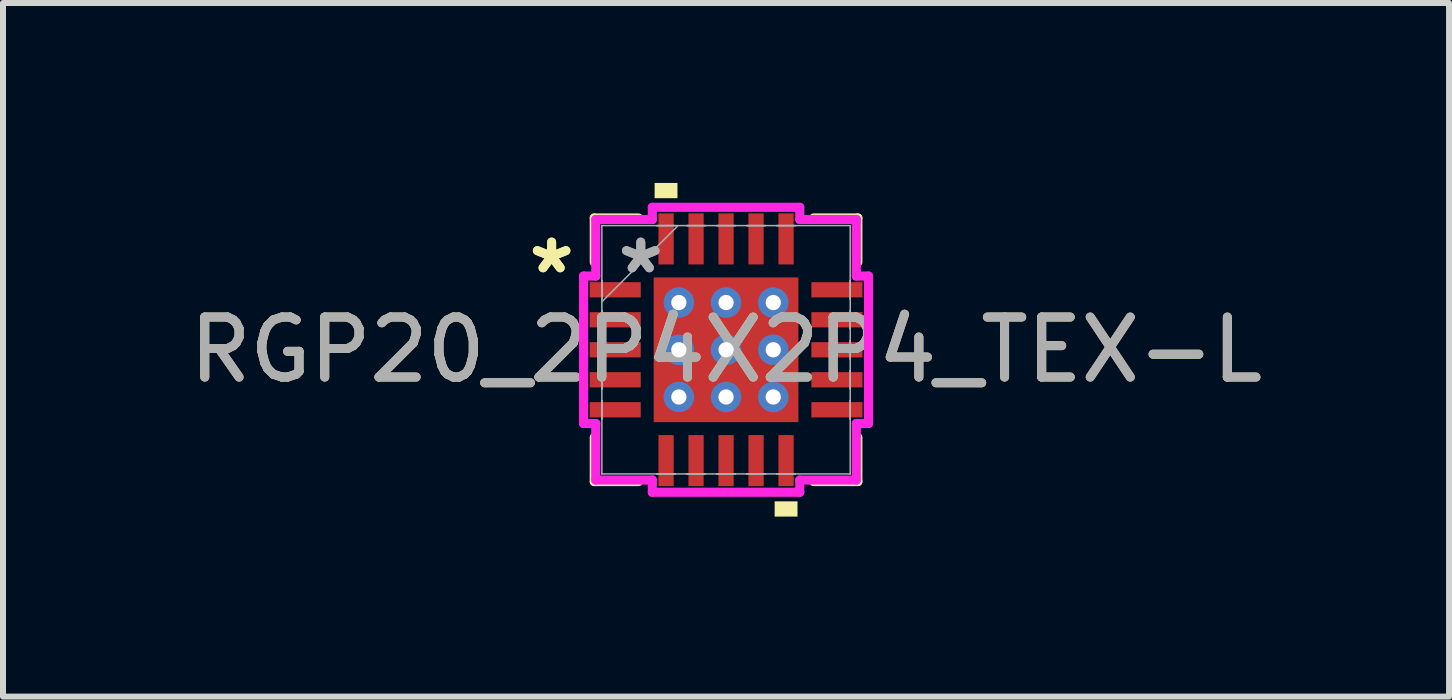
<source format=kicad_pcb>
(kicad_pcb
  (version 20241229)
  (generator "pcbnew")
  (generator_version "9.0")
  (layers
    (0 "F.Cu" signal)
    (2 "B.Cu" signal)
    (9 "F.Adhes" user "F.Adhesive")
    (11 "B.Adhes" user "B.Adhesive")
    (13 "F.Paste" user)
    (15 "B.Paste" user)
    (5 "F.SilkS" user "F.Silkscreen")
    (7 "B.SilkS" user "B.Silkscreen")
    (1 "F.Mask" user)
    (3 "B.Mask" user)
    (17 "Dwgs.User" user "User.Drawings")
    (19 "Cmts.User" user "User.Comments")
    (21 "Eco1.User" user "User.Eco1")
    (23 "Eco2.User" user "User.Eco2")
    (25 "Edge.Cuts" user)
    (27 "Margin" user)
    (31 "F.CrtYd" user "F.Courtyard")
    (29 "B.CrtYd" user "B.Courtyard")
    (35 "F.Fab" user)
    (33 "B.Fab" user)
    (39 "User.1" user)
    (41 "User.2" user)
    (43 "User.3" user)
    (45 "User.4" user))
  (footprint "RGP20_2P4X2P4_TEX-L"
    (layer "F.Cu")
    (at 9.054 2.781)
    (property "Reference" "RGP20_2P4X2P4_TEX-L" (at 0 0 0) (unlocked yes) (layer "F.SilkS") (effects (font (size 1 1) (thickness 0.15))))
    (attr smd)
    (fp_poly (pts (xy -1.27 -1.27) (xy -0.987 -1.27) (xy -0.987 1.27) (xy -1.27 1.27)) (stroke (width 0) (type solid)) (fill yes) (layer "F.Mask"))
    (fp_poly (pts (xy -1.27 -1.27) (xy 1.27 -1.27) (xy 1.27 -0.987) (xy -1.27 -0.987)) (stroke (width 0) (type solid)) (fill yes) (layer "F.Mask"))
    (fp_poly (pts (xy -1.27 -0.587) (xy 1.27 -0.587) (xy 1.27 -0.2) (xy -1.27 -0.2)) (stroke (width 0) (type solid)) (fill yes) (layer "F.Mask"))
    (fp_poly (pts (xy -1.27 0.2) (xy 1.27 0.2) (xy 1.27 0.587) (xy -1.27 0.587)) (stroke (width 0) (type solid)) (fill yes) (layer "F.Mask"))
    (fp_poly (pts (xy -1.27 0.987) (xy 1.27 0.987) (xy 1.27 1.27) (xy -1.27 1.27)) (stroke (width 0) (type solid)) (fill yes) (layer "F.Mask"))
    (fp_poly (pts (xy -0.2 -1.27) (xy -0.587 -1.27) (xy -0.587 1.27) (xy -0.2 1.27)) (stroke (width 0) (type solid)) (fill yes) (layer "F.Mask"))
    (fp_poly (pts (xy 0.587 -1.27) (xy 0.2 -1.27) (xy 0.2 1.27) (xy 0.587 1.27)) (stroke (width 0) (type solid)) (fill yes) (layer "F.Mask"))
    (fp_poly (pts (xy 0.987 -1.27) (xy 1.27 -1.27) (xy 1.27 1.27) (xy 0.987 1.27)) (stroke (width 0) (type solid)) (fill yes) (layer "F.Mask"))
    (fp_line (start -2.197 -2.197) (end -2.197 -1.46) (stroke (width 0.152) (type solid)) (layer "F.SilkS"))
    (fp_line (start -2.197 1.46) (end -2.197 2.197) (stroke (width 0.152) (type solid)) (layer "F.SilkS"))
    (fp_line (start -2.197 2.197) (end -1.46 2.197) (stroke (width 0.152) (type solid)) (layer "F.SilkS"))
    (fp_line (start -1.46 -2.197) (end -2.197 -2.197) (stroke (width 0.152) (type solid)) (layer "F.SilkS"))
    (fp_line (start 1.46 2.197) (end 2.197 2.197) (stroke (width 0.152) (type solid)) (layer "F.SilkS"))
    (fp_line (start 2.197 -2.197) (end 1.46 -2.197) (stroke (width 0.152) (type solid)) (layer "F.SilkS"))
    (fp_line (start 2.197 -1.46) (end 2.197 -2.197) (stroke (width 0.152) (type solid)) (layer "F.SilkS"))
    (fp_line (start 2.197 2.197) (end 2.197 1.46) (stroke (width 0.152) (type solid)) (layer "F.SilkS"))
    (fp_poly (pts (xy -1.191 -2.527) (xy -1.191 -2.781) (xy -0.81 -2.781) (xy -0.81 -2.527)) (stroke (width 0) (type solid)) (fill yes) (layer "F.SilkS"))
    (fp_poly (pts (xy 0.81 2.527) (xy 0.81 2.781) (xy 1.191 2.781) (xy 1.191 2.527)) (stroke (width 0) (type solid)) (fill yes) (layer "F.SilkS"))
    (fp_poly (pts (xy -1.132 -1.132) (xy -1.132 -0.887) (xy -1.029 -0.887) (xy -0.887 -1.029) (xy -0.887 -1.132)) (stroke (width 0) (type solid)) (fill yes) (layer "F.Paste"))
    (fp_poly (pts (xy -1.132 0.887) (xy -1.132 1.132) (xy -0.887 1.132) (xy -0.887 1.029) (xy -1.029 0.887)) (stroke (width 0) (type solid)) (fill yes) (layer "F.Paste"))
    (fp_poly (pts (xy 0.887 -1.132) (xy 0.887 -1.029) (xy 1.029 -0.887) (xy 1.132 -0.887) (xy 1.132 -1.132)) (stroke (width 0) (type solid)) (fill yes) (layer "F.Paste"))
    (fp_poly (pts (xy 1.029 0.887) (xy 0.887 1.029) (xy 0.887 1.132) (xy 1.132 1.132) (xy 1.132 0.887)) (stroke (width 0) (type solid)) (fill yes) (layer "F.Paste"))
    (fp_poly (pts (xy -1.132 -0.687) (xy -1.132 -0.1) (xy -1.029 -0.1) (xy -0.887 -0.241) (xy -0.887 -0.546) (xy -1.029 -0.687)) (stroke (width 0) (type solid)) (fill yes) (layer "F.Paste"))
    (fp_poly (pts (xy -1.132 0.1) (xy -1.132 0.687) (xy -1.029 0.687) (xy -0.887 0.546) (xy -0.887 0.241) (xy -1.029 0.1)) (stroke (width 0) (type solid)) (fill yes) (layer "F.Paste"))
    (fp_poly (pts (xy -0.687 -1.132) (xy -0.687 -1.029) (xy -0.546 -0.887) (xy -0.241 -0.887) (xy -0.1 -1.029) (xy -0.1 -1.132)) (stroke (width 0) (type solid)) (fill yes) (layer "F.Paste"))
    (fp_poly (pts (xy -0.546 0.887) (xy -0.687 1.029) (xy -0.687 1.132) (xy -0.1 1.132) (xy -0.1 1.029) (xy -0.241 0.887)) (stroke (width 0) (type solid)) (fill yes) (layer "F.Paste"))
    (fp_poly (pts (xy 0.1 -1.132) (xy 0.1 -1.029) (xy 0.241 -0.887) (xy 0.546 -0.887) (xy 0.687 -1.029) (xy 0.687 -1.132)) (stroke (width 0) (type solid)) (fill yes) (layer "F.Paste"))
    (fp_poly (pts (xy 0.241 0.887) (xy 0.1 1.029) (xy 0.1 1.132) (xy 0.687 1.132) (xy 0.687 1.029) (xy 0.546 0.887)) (stroke (width 0) (type solid)) (fill yes) (layer "F.Paste"))
    (fp_poly (pts (xy 1.029 -0.687) (xy 0.887 -0.546) (xy 0.887 -0.241) (xy 1.029 -0.1) (xy 1.132 -0.1) (xy 1.132 -0.687)) (stroke (width 0) (type solid)) (fill yes) (layer "F.Paste"))
    (fp_poly (pts (xy 1.029 0.1) (xy 0.887 0.241) (xy 0.887 0.546) (xy 1.029 0.687) (xy 1.132 0.687) (xy 1.132 0.1)) (stroke (width 0) (type solid)) (fill yes) (layer "F.Paste"))
    (fp_poly (pts (xy -0.546 -0.687) (xy -0.687 -0.546) (xy -0.687 -0.241) (xy -0.546 -0.1) (xy -0.241 -0.1) (xy -0.1 -0.241) (xy -0.1 -0.546) (xy -0.241 -0.687)) (stroke (width 0) (type solid)) (fill yes) (layer "F.Paste"))
    (fp_poly (pts (xy -0.546 0.1) (xy -0.687 0.241) (xy -0.687 0.546) (xy -0.546 0.687) (xy -0.241 0.687) (xy -0.1 0.546) (xy -0.1 0.241) (xy -0.241 0.1)) (stroke (width 0) (type solid)) (fill yes) (layer "F.Paste"))
    (fp_poly (pts (xy 0.241 -0.687) (xy 0.1 -0.546) (xy 0.1 -0.241) (xy 0.241 -0.1) (xy 0.546 -0.1) (xy 0.687 -0.241) (xy 0.687 -0.546) (xy 0.546 -0.687)) (stroke (width 0) (type solid)) (fill yes) (layer "F.Paste"))
    (fp_poly (pts (xy 0.241 0.1) (xy 0.1 0.241) (xy 0.1 0.546) (xy 0.241 0.687) (xy 0.546 0.687) (xy 0.687 0.546) (xy 0.687 0.241) (xy 0.546 0.1)) (stroke (width 0) (type solid)) (fill yes) (layer "F.Paste"))
    (fp_line (start -2.375 -1.229) (end -2.172 -1.229) (stroke (width 0.152) (type solid)) (layer "F.CrtYd"))
    (fp_line (start -2.375 1.229) (end -2.375 -1.229) (stroke (width 0.152) (type solid)) (layer "F.CrtYd"))
    (fp_line (start -2.172 -2.172) (end -1.229 -2.172) (stroke (width 0.152) (type solid)) (layer "F.CrtYd"))
    (fp_line (start -2.172 -1.229) (end -2.172 -2.172) (stroke (width 0.152) (type solid)) (layer "F.CrtYd"))
    (fp_line (start -2.172 1.229) (end -2.375 1.229) (stroke (width 0.152) (type solid)) (layer "F.CrtYd"))
    (fp_line (start -2.172 2.172) (end -2.172 1.229) (stroke (width 0.152) (type solid)) (layer "F.CrtYd"))
    (fp_line (start -1.229 -2.375) (end 1.229 -2.375) (stroke (width 0.152) (type solid)) (layer "F.CrtYd"))
    (fp_line (start -1.229 -2.172) (end -1.229 -2.375) (stroke (width 0.152) (type solid)) (layer "F.CrtYd"))
    (fp_line (start -1.229 2.172) (end -2.172 2.172) (stroke (width 0.152) (type solid)) (layer "F.CrtYd"))
    (fp_line (start -1.229 2.375) (end -1.229 2.172) (stroke (width 0.152) (type solid)) (layer "F.CrtYd"))
    (fp_line (start 1.229 -2.375) (end 1.229 -2.172) (stroke (width 0.152) (type solid)) (layer "F.CrtYd"))
    (fp_line (start 1.229 -2.172) (end 2.172 -2.172) (stroke (width 0.152) (type solid)) (layer "F.CrtYd"))
    (fp_line (start 1.229 2.172) (end 1.229 2.375) (stroke (width 0.152) (type solid)) (layer "F.CrtYd"))
    (fp_line (start 1.229 2.375) (end -1.229 2.375) (stroke (width 0.152) (type solid)) (layer "F.CrtYd"))
    (fp_line (start 2.172 -2.172) (end 2.172 -1.229) (stroke (width 0.152) (type solid)) (layer "F.CrtYd"))
    (fp_line (start 2.172 -1.229) (end 2.375 -1.229) (stroke (width 0.152) (type solid)) (layer "F.CrtYd"))
    (fp_line (start 2.172 1.229) (end 2.172 2.172) (stroke (width 0.152) (type solid)) (layer "F.CrtYd"))
    (fp_line (start 2.172 2.172) (end 1.229 2.172) (stroke (width 0.152) (type solid)) (layer "F.CrtYd"))
    (fp_line (start 2.375 -1.229) (end 2.375 1.229) (stroke (width 0.152) (type solid)) (layer "F.CrtYd"))
    (fp_line (start 2.375 1.229) (end 2.172 1.229) (stroke (width 0.152) (type solid)) (layer "F.CrtYd"))
    (fp_line (start -2.07 -2.07) (end -2.07 -2.07) (stroke (width 0.025) (type solid)) (layer "F.Fab"))
    (fp_line (start -2.07 -2.07) (end -2.07 2.07) (stroke (width 0.025) (type solid)) (layer "F.Fab"))
    (fp_line (start -2.07 -1.152) (end -2.07 -1.152) (stroke (width 0.025) (type solid)) (layer "F.Fab"))
    (fp_line (start -2.07 -1.152) (end -2.07 -0.848) (stroke (width 0.025) (type solid)) (layer "F.Fab"))
    (fp_line (start -2.07 -0.848) (end -2.07 -1.152) (stroke (width 0.025) (type solid)) (layer "F.Fab"))
    (fp_line (start -2.07 -0.848) (end -2.07 -0.848) (stroke (width 0.025) (type solid)) (layer "F.Fab"))
    (fp_line (start -2.07 -0.8) (end -0.8 -2.07) (stroke (width 0.025) (type solid)) (layer "F.Fab"))
    (fp_line (start -2.07 -0.652) (end -2.07 -0.652) (stroke (width 0.025) (type solid)) (layer "F.Fab"))
    (fp_line (start -2.07 -0.652) (end -2.07 -0.348) (stroke (width 0.025) (type solid)) (layer "F.Fab"))
    (fp_line (start -2.07 -0.348) (end -2.07 -0.652) (stroke (width 0.025) (type solid)) (layer "F.Fab"))
    (fp_line (start -2.07 -0.348) (end -2.07 -0.348) (stroke (width 0.025) (type solid)) (layer "F.Fab"))
    (fp_line (start -2.07 -0.152) (end -2.07 -0.152) (stroke (width 0.025) (type solid)) (layer "F.Fab"))
    (fp_line (start -2.07 -0.152) (end -2.07 0.152) (stroke (width 0.025) (type solid)) (layer "F.Fab"))
    (fp_line (start -2.07 0.152) (end -2.07 -0.152) (stroke (width 0.025) (type solid)) (layer "F.Fab"))
    (fp_line (start -2.07 0.152) (end -2.07 0.152) (stroke (width 0.025) (type solid)) (layer "F.Fab"))
    (fp_line (start -2.07 0.348) (end -2.07 0.348) (stroke (width 0.025) (type solid)) (layer "F.Fab"))
    (fp_line (start -2.07 0.348) (end -2.07 0.652) (stroke (width 0.025) (type solid)) (layer "F.Fab"))
    (fp_line (start -2.07 0.652) (end -2.07 0.348) (stroke (width 0.025) (type solid)) (layer "F.Fab"))
    (fp_line (start -2.07 0.652) (end -2.07 0.652) (stroke (width 0.025) (type solid)) (layer "F.Fab"))
    (fp_line (start -2.07 0.848) (end -2.07 0.848) (stroke (width 0.025) (type solid)) (layer "F.Fab"))
    (fp_line (start -2.07 0.848) (end -2.07 1.152) (stroke (width 0.025) (type solid)) (layer "F.Fab"))
    (fp_line (start -2.07 1.152) (end -2.07 0.848) (stroke (width 0.025) (type solid)) (layer "F.Fab"))
    (fp_line (start -2.07 1.152) (end -2.07 1.152) (stroke (width 0.025) (type solid)) (layer "F.Fab"))
    (fp_line (start -2.07 2.07) (end -2.07 2.07) (stroke (width 0.025) (type solid)) (layer "F.Fab"))
    (fp_line (start -2.07 2.07) (end 2.07 2.07) (stroke (width 0.025) (type solid)) (layer "F.Fab"))
    (fp_line (start -1.152 -2.07) (end -1.152 -2.07) (stroke (width 0.025) (type solid)) (layer "F.Fab"))
    (fp_line (start -1.152 -2.07) (end -0.848 -2.07) (stroke (width 0.025) (type solid)) (layer "F.Fab"))
    (fp_line (start -1.152 2.07) (end -1.152 2.07) (stroke (width 0.025) (type solid)) (layer "F.Fab"))
    (fp_line (start -1.152 2.07) (end -0.848 2.07) (stroke (width 0.025) (type solid)) (layer "F.Fab"))
    (fp_line (start -0.848 -2.07) (end -1.152 -2.07) (stroke (width 0.025) (type solid)) (layer "F.Fab"))
    (fp_line (start -0.848 -2.07) (end -0.848 -2.07) (stroke (width 0.025) (type solid)) (layer "F.Fab"))
    (fp_line (start -0.848 2.07) (end -1.152 2.07) (stroke (width 0.025) (type solid)) (layer "F.Fab"))
    (fp_line (start -0.848 2.07) (end -0.848 2.07) (stroke (width 0.025) (type solid)) (layer "F.Fab"))
    (fp_line (start -0.652 -2.07) (end -0.652 -2.07) (stroke (width 0.025) (type solid)) (layer "F.Fab"))
    (fp_line (start -0.652 -2.07) (end -0.348 -2.07) (stroke (width 0.025) (type solid)) (layer "F.Fab"))
    (fp_line (start -0.652 2.07) (end -0.652 2.07) (stroke (width 0.025) (type solid)) (layer "F.Fab"))
    (fp_line (start -0.652 2.07) (end -0.348 2.07) (stroke (width 0.025) (type solid)) (layer "F.Fab"))
    (fp_line (start -0.348 -2.07) (end -0.652 -2.07) (stroke (width 0.025) (type solid)) (layer "F.Fab"))
    (fp_line (start -0.348 -2.07) (end -0.348 -2.07) (stroke (width 0.025) (type solid)) (layer "F.Fab"))
    (fp_line (start -0.348 2.07) (end -0.652 2.07) (stroke (width 0.025) (type solid)) (layer "F.Fab"))
    (fp_line (start -0.348 2.07) (end -0.348 2.07) (stroke (width 0.025) (type solid)) (layer "F.Fab"))
    (fp_line (start -0.152 -2.07) (end -0.152 -2.07) (stroke (width 0.025) (type solid)) (layer "F.Fab"))
    (fp_line (start -0.152 -2.07) (end 0.152 -2.07) (stroke (width 0.025) (type solid)) (layer "F.Fab"))
    (fp_line (start -0.152 2.07) (end -0.152 2.07) (stroke (width 0.025) (type solid)) (layer "F.Fab"))
    (fp_line (start -0.152 2.07) (end 0.152 2.07) (stroke (width 0.025) (type solid)) (layer "F.Fab"))
    (fp_line (start 0.152 -2.07) (end -0.152 -2.07) (stroke (width 0.025) (type solid)) (layer "F.Fab"))
    (fp_line (start 0.152 -2.07) (end 0.152 -2.07) (stroke (width 0.025) (type solid)) (layer "F.Fab"))
    (fp_line (start 0.152 2.07) (end -0.152 2.07) (stroke (width 0.025) (type solid)) (layer "F.Fab"))
    (fp_line (start 0.152 2.07) (end 0.152 2.07) (stroke (width 0.025) (type solid)) (layer "F.Fab"))
    (fp_line (start 0.348 -2.07) (end 0.348 -2.07) (stroke (width 0.025) (type solid)) (layer "F.Fab"))
    (fp_line (start 0.348 -2.07) (end 0.652 -2.07) (stroke (width 0.025) (type solid)) (layer "F.Fab"))
    (fp_line (start 0.348 2.07) (end 0.348 2.07) (stroke (width 0.025) (type solid)) (layer "F.Fab"))
    (fp_line (start 0.348 2.07) (end 0.652 2.07) (stroke (width 0.025) (type solid)) (layer "F.Fab"))
    (fp_line (start 0.652 -2.07) (end 0.348 -2.07) (stroke (width 0.025) (type solid)) (layer "F.Fab"))
    (fp_line (start 0.652 -2.07) (end 0.652 -2.07) (stroke (width 0.025) (type solid)) (layer "F.Fab"))
    (fp_line (start 0.652 2.07) (end 0.348 2.07) (stroke (width 0.025) (type solid)) (layer "F.Fab"))
    (fp_line (start 0.652 2.07) (end 0.652 2.07) (stroke (width 0.025) (type solid)) (layer "F.Fab"))
    (fp_line (start 0.848 -2.07) (end 0.848 -2.07) (stroke (width 0.025) (type solid)) (layer "F.Fab"))
    (fp_line (start 0.848 -2.07) (end 1.152 -2.07) (stroke (width 0.025) (type solid)) (layer "F.Fab"))
    (fp_line (start 0.848 2.07) (end 0.848 2.07) (stroke (width 0.025) (type solid)) (layer "F.Fab"))
    (fp_line (start 0.848 2.07) (end 1.152 2.07) (stroke (width 0.025) (type solid)) (layer "F.Fab"))
    (fp_line (start 1.152 -2.07) (end 0.848 -2.07) (stroke (width 0.025) (type solid)) (layer "F.Fab"))
    (fp_line (start 1.152 -2.07) (end 1.152 -2.07) (stroke (width 0.025) (type solid)) (layer "F.Fab"))
    (fp_line (start 1.152 2.07) (end 0.848 2.07) (stroke (width 0.025) (type solid)) (layer "F.Fab"))
    (fp_line (start 1.152 2.07) (end 1.152 2.07) (stroke (width 0.025) (type solid)) (layer "F.Fab"))
    (fp_line (start 2.07 -2.07) (end -2.07 -2.07) (stroke (width 0.025) (type solid)) (layer "F.Fab"))
    (fp_line (start 2.07 -2.07) (end 2.07 -2.07) (stroke (width 0.025) (type solid)) (layer "F.Fab"))
    (fp_line (start 2.07 -1.152) (end 2.07 -1.152) (stroke (width 0.025) (type solid)) (layer "F.Fab"))
    (fp_line (start 2.07 -1.152) (end 2.07 -0.848) (stroke (width 0.025) (type solid)) (layer "F.Fab"))
    (fp_line (start 2.07 -0.848) (end 2.07 -1.152) (stroke (width 0.025) (type solid)) (layer "F.Fab"))
    (fp_line (start 2.07 -0.848) (end 2.07 -0.848) (stroke (width 0.025) (type solid)) (layer "F.Fab"))
    (fp_line (start 2.07 -0.652) (end 2.07 -0.652) (stroke (width 0.025) (type solid)) (layer "F.Fab"))
    (fp_line (start 2.07 -0.652) (end 2.07 -0.348) (stroke (width 0.025) (type solid)) (layer "F.Fab"))
    (fp_line (start 2.07 -0.348) (end 2.07 -0.652) (stroke (width 0.025) (type solid)) (layer "F.Fab"))
    (fp_line (start 2.07 -0.348) (end 2.07 -0.348) (stroke (width 0.025) (type solid)) (layer "F.Fab"))
    (fp_line (start 2.07 -0.152) (end 2.07 -0.152) (stroke (width 0.025) (type solid)) (layer "F.Fab"))
    (fp_line (start 2.07 -0.152) (end 2.07 0.152) (stroke (width 0.025) (type solid)) (layer "F.Fab"))
    (fp_line (start 2.07 0.152) (end 2.07 -0.152) (stroke (width 0.025) (type solid)) (layer "F.Fab"))
    (fp_line (start 2.07 0.152) (end 2.07 0.152) (stroke (width 0.025) (type solid)) (layer "F.Fab"))
    (fp_line (start 2.07 0.348) (end 2.07 0.348) (stroke (width 0.025) (type solid)) (layer "F.Fab"))
    (fp_line (start 2.07 0.348) (end 2.07 0.652) (stroke (width 0.025) (type solid)) (layer "F.Fab"))
    (fp_line (start 2.07 0.652) (end 2.07 0.348) (stroke (width 0.025) (type solid)) (layer "F.Fab"))
    (fp_line (start 2.07 0.652) (end 2.07 0.652) (stroke (width 0.025) (type solid)) (layer "F.Fab"))
    (fp_line (start 2.07 0.848) (end 2.07 0.848) (stroke (width 0.025) (type solid)) (layer "F.Fab"))
    (fp_line (start 2.07 0.848) (end 2.07 1.152) (stroke (width 0.025) (type solid)) (layer "F.Fab"))
    (fp_line (start 2.07 1.152) (end 2.07 0.848) (stroke (width 0.025) (type solid)) (layer "F.Fab"))
    (fp_line (start 2.07 1.152) (end 2.07 1.152) (stroke (width 0.025) (type solid)) (layer "F.Fab"))
    (fp_line (start 2.07 2.07) (end 2.07 -2.07) (stroke (width 0.025) (type solid)) (layer "F.Fab"))
    (fp_line (start 2.07 2.07) (end 2.07 2.07) (stroke (width 0.025) (type solid)) (layer "F.Fab"))
    (fp_text user "*" (at -2.908 -1.25 0) (layer "F.SilkS") (effects (font (size 1 1) (thickness 0.15))))
    (fp_text user "*" (at -2.908 -1.25 0) (unlocked yes) (layer "F.SilkS") (effects (font (size 1 1) (thickness 0.15))))
    (fp_text user "${REFERENCE}" (at 0 0 0) (unlocked yes) (layer "F.Fab") (effects (font (size 1 1) (thickness 0.15))))
    (fp_text user "*" (at -1.422 -1.25 0) (layer "F.Fab") (effects (font (size 1 1) (thickness 0.15))))
    (fp_text user "*" (at -1.422 -1.25 0) (unlocked yes) (layer "F.Fab") (effects (font (size 1 1) (thickness 0.15))))
    (pad "1" smd rect (at -1.848 -1 90) (size 0.254 0.851) (layers "F.Cu" "F.Mask" "F.Paste"))
    (pad "2" smd rect (at -1.848 -0.5 90) (size 0.254 0.851) (layers "F.Cu" "F.Mask" "F.Paste"))
    (pad "3" smd rect (at -1.848 0 90) (size 0.254 0.851) (layers "F.Cu" "F.Mask" "F.Paste"))
    (pad "4" smd rect (at -1.848 0.5 90) (size 0.254 0.851) (layers "F.Cu" "F.Mask" "F.Paste"))
    (pad "5" smd rect (at -1.848 1 90) (size 0.254 0.851) (layers "F.Cu" "F.Mask" "F.Paste"))
    (pad "6" smd rect (at -1 1.848) (size 0.254 0.851) (layers "F.Cu" "F.Mask" "F.Paste"))
    (pad "7" smd rect (at -0.5 1.848) (size 0.254 0.851) (layers "F.Cu" "F.Mask" "F.Paste"))
    (pad "8" smd rect (at 0 1.848) (size 0.254 0.851) (layers "F.Cu" "F.Mask" "F.Paste"))
    (pad "9" smd rect (at 0.5 1.848) (size 0.254 0.851) (layers "F.Cu" "F.Mask" "F.Paste"))
    (pad "10" smd rect (at 1 1.848) (size 0.254 0.851) (layers "F.Cu" "F.Mask" "F.Paste"))
    (pad "11" smd rect (at 1.848 1 90) (size 0.254 0.851) (layers "F.Cu" "F.Mask" "F.Paste"))
    (pad "12" smd rect (at 1.848 0.5 90) (size 0.254 0.851) (layers "F.Cu" "F.Mask" "F.Paste"))
    (pad "13" smd rect (at 1.848 0 90) (size 0.254 0.851) (layers "F.Cu" "F.Mask" "F.Paste"))
    (pad "14" smd rect (at 1.848 -0.5 90) (size 0.254 0.851) (layers "F.Cu" "F.Mask" "F.Paste"))
    (pad "15" smd rect (at 1.848 -1 90) (size 0.254 0.851) (layers "F.Cu" "F.Mask" "F.Paste"))
    (pad "16" smd rect (at 1 -1.848) (size 0.254 0.851) (layers "F.Cu" "F.Mask" "F.Paste"))
    (pad "17" smd rect (at 0.5 -1.848) (size 0.254 0.851) (layers "F.Cu" "F.Mask" "F.Paste"))
    (pad "18" smd rect (at 0 -1.848) (size 0.254 0.851) (layers "F.Cu" "F.Mask" "F.Paste"))
    (pad "19" smd rect (at -0.5 -1.848) (size 0.254 0.851) (layers "F.Cu" "F.Mask" "F.Paste"))
    (pad "20" smd rect (at -1 -1.848) (size 0.254 0.851) (layers "F.Cu" "F.Mask" "F.Paste"))
    (pad "21" smd rect (at 0 0) (size 2.413 2.413) (layers "F.Cu"))
    (pad "V" thru_hole circle (at -0.787 -0.787) (size 0.508 0.508) (drill 0.254) (layers "*.Cu" "*.Mask"))
    (pad "V" thru_hole circle (at -0.787 0) (size 0.508 0.508) (drill 0.254) (layers "*.Cu" "*.Mask"))
    (pad "V" thru_hole circle (at -0.787 0.787) (size 0.508 0.508) (drill 0.254) (layers "*.Cu" "*.Mask"))
    (pad "V" thru_hole circle (at 0 -0.787) (size 0.508 0.508) (drill 0.254) (layers "*.Cu" "*.Mask"))
    (pad "V" thru_hole circle (at 0 0) (size 0.508 0.508) (drill 0.254) (layers "*.Cu" "*.Mask"))
    (pad "V" thru_hole circle (at 0 0.787) (size 0.508 0.508) (drill 0.254) (layers "*.Cu" "*.Mask"))
    (pad "V" thru_hole circle (at 0.787 -0.787) (size 0.508 0.508) (drill 0.254) (layers "*.Cu" "*.Mask"))
    (pad "V" thru_hole circle (at 0.787 0) (size 0.508 0.508) (drill 0.254) (layers "*.Cu" "*.Mask"))
    (pad "V" thru_hole circle (at 0.787 0.787) (size 0.508 0.508) (drill 0.254) (layers "*.Cu" "*.Mask")))
  (gr_rect
    (start -3 -3)
    (end 21.107 8.563)
    (stroke (width 0.1) (type default))
    (fill no)
    (layer "Edge.Cuts")))
</source>
